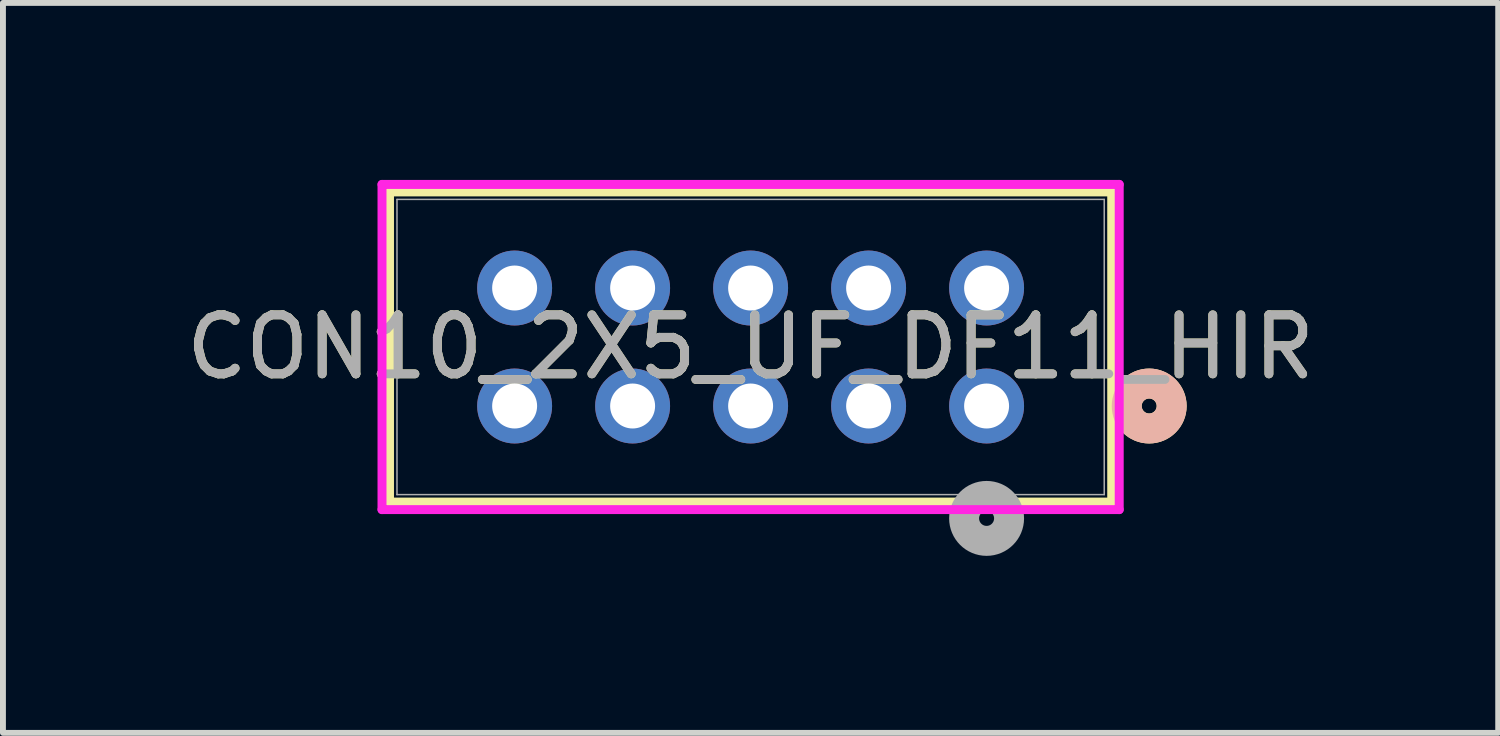
<source format=kicad_pcb>
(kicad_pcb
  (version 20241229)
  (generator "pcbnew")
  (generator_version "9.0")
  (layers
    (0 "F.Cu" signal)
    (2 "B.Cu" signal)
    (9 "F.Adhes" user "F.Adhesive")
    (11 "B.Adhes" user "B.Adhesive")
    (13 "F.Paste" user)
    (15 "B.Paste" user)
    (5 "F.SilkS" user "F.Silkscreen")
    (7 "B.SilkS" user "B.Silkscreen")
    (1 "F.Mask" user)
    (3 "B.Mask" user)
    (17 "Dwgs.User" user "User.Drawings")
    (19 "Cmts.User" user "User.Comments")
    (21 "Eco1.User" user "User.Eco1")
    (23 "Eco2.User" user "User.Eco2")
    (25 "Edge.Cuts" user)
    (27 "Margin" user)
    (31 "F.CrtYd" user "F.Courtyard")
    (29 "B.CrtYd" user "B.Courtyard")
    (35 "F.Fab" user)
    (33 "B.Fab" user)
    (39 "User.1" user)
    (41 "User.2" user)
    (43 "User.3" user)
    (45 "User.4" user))
  (footprint "CON10_2X5_UF_DF11_HIR"
    (layer "F.Cu")
    (at 13.673 3.832)
    (property "Reference" "CON10_2X5_UF_DF11_HIR" (at -4 -1 0) (unlocked yes) (layer "F.SilkS") (effects (font (size 1 1) (thickness 0.15))))
    (attr through_hole)
    (fp_line (start -10.121 -3.629) (end -10.121 1.629) (stroke (width 0.152) (type solid)) (layer "F.SilkS"))
    (fp_line (start -10.121 1.629) (end 2.121 1.629) (stroke (width 0.152) (type solid)) (layer "F.SilkS"))
    (fp_line (start 2.121 -3.629) (end -10.121 -3.629) (stroke (width 0.152) (type solid)) (layer "F.SilkS"))
    (fp_line (start 2.121 1.629) (end 2.121 -3.629) (stroke (width 0.152) (type solid)) (layer "F.SilkS"))
    (fp_circle (center 2.756 0) (end 3.137 0) (stroke (width 0.508) (type solid)) (fill no) (layer "F.SilkS"))
    (fp_circle (center 2.756 0) (end 3.137 0) (stroke (width 0.508) (type solid)) (fill no) (layer "B.SilkS"))
    (fp_line (start -10.248 -3.756) (end -10.248 1.756) (stroke (width 0.152) (type solid)) (layer "F.CrtYd"))
    (fp_line (start -10.248 1.756) (end 2.248 1.756) (stroke (width 0.152) (type solid)) (layer "F.CrtYd"))
    (fp_line (start 2.248 -3.756) (end -10.248 -3.756) (stroke (width 0.152) (type solid)) (layer "F.CrtYd"))
    (fp_line (start 2.248 1.756) (end 2.248 -3.756) (stroke (width 0.152) (type solid)) (layer "F.CrtYd"))
    (fp_line (start -9.994 -3.502) (end -9.994 1.502) (stroke (width 0.025) (type solid)) (layer "F.Fab"))
    (fp_line (start -9.994 1.502) (end 1.994 1.502) (stroke (width 0.025) (type solid)) (layer "F.Fab"))
    (fp_line (start 1.994 -3.502) (end -9.994 -3.502) (stroke (width 0.025) (type solid)) (layer "F.Fab"))
    (fp_line (start 1.994 1.502) (end 1.994 -3.502) (stroke (width 0.025) (type solid)) (layer "F.Fab"))
    (fp_circle (center 0 1.905) (end 0.381 1.905) (stroke (width 0.508) (type solid)) (fill no) (layer "F.Fab"))
    (fp_text user "${REFERENCE}" (at -4 -1 0) (unlocked yes) (layer "F.Fab") (effects (font (size 1 1) (thickness 0.15))))
    (pad "1" thru_hole circle (at 0 0) (size 1.27 1.27) (drill 0.762) (layers "*.Cu" "*.Mask"))
    (pad "2" thru_hole circle (at 0 -2) (size 1.27 1.27) (drill 0.762) (layers "*.Cu" "*.Mask"))
    (pad "3" thru_hole circle (at -2 0) (size 1.27 1.27) (drill 0.762) (layers "*.Cu" "*.Mask"))
    (pad "4" thru_hole circle (at -2 -2) (size 1.27 1.27) (drill 0.762) (layers "*.Cu" "*.Mask"))
    (pad "5" thru_hole circle (at -4 0) (size 1.27 1.27) (drill 0.762) (layers "*.Cu" "*.Mask"))
    (pad "6" thru_hole circle (at -4 -2) (size 1.27 1.27) (drill 0.762) (layers "*.Cu" "*.Mask"))
    (pad "7" thru_hole circle (at -6 0) (size 1.27 1.27) (drill 0.762) (layers "*.Cu" "*.Mask"))
    (pad "8" thru_hole circle (at -6 -2) (size 1.27 1.27) (drill 0.762) (layers "*.Cu" "*.Mask"))
    (pad "9" thru_hole circle (at -8 0) (size 1.27 1.27) (drill 0.762) (layers "*.Cu" "*.Mask"))
    (pad "10" thru_hole circle (at -8 -2) (size 1.27 1.27) (drill 0.762) (layers "*.Cu" "*.Mask")))
  (gr_rect
    (start -3 -3)
    (end 22.345 9.372)
    (stroke (width 0.1) (type default))
    (fill no)
    (layer "Edge.Cuts")))
</source>
